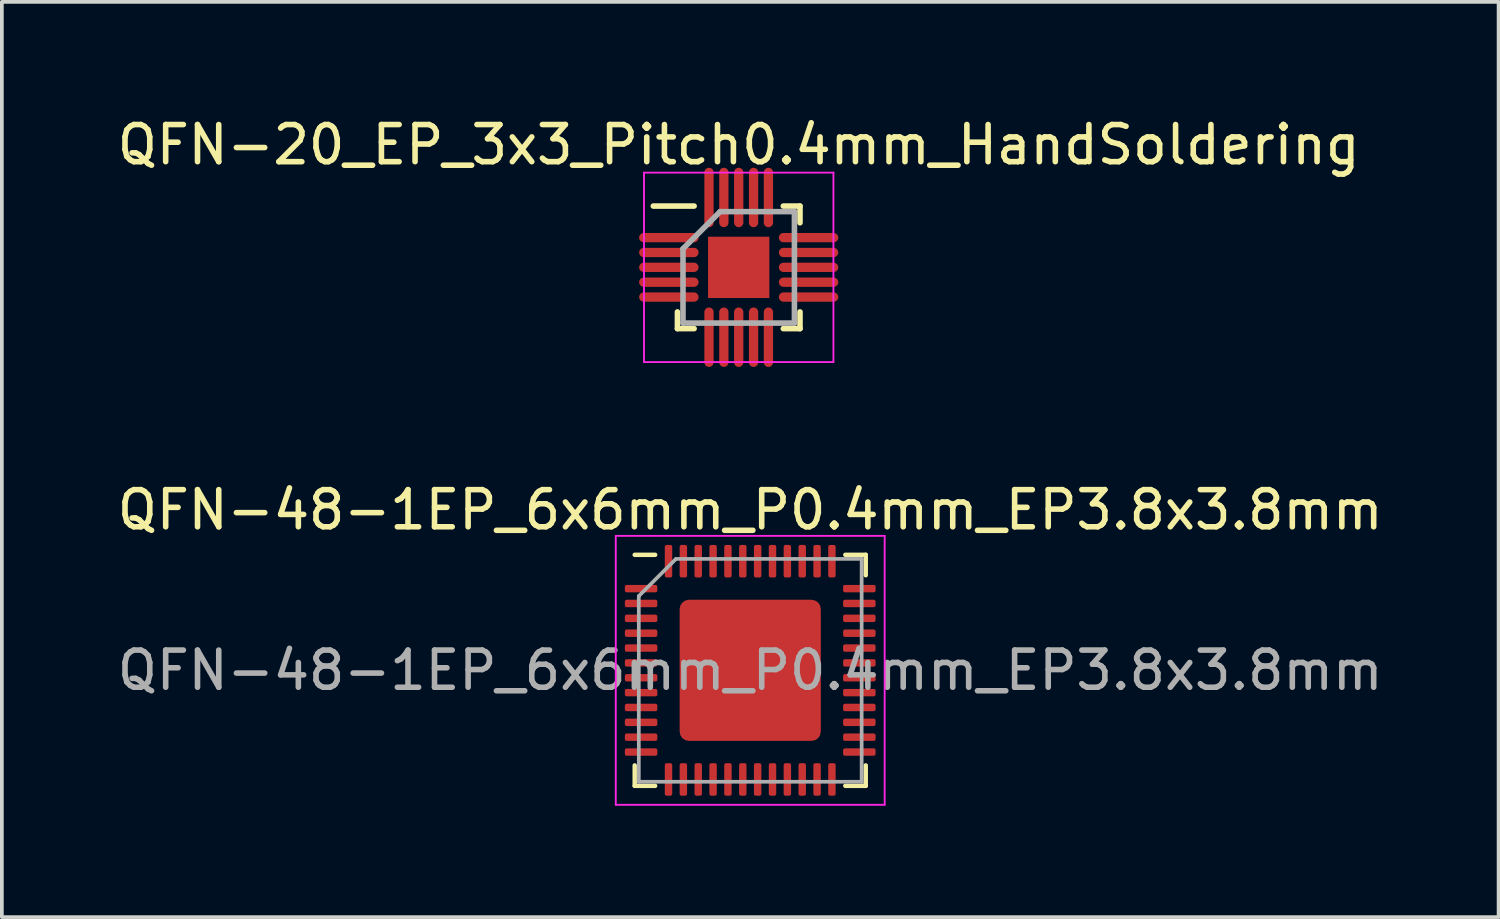
<source format=kicad_pcb>
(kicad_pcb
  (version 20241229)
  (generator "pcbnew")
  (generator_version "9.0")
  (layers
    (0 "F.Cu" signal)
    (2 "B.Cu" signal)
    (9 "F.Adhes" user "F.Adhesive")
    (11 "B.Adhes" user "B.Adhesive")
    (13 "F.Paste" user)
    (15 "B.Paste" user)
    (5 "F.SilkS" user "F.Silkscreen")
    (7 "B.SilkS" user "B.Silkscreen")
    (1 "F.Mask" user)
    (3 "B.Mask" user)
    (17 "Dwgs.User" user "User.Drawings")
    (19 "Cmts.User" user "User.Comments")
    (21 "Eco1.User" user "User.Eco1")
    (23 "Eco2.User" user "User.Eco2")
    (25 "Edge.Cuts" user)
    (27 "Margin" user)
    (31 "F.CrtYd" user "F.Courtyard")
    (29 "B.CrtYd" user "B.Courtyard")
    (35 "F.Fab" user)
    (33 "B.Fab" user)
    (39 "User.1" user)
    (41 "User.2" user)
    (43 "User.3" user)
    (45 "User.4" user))
  (footprint "QFN-48-1EP_6x6mm_P0.4mm_EP3.8x3.8mm"
    (layer "F.Cu")
    (at 17.149 14.998)
    (property "Reference" "QFN-48-1EP_6x6mm_P0.4mm_EP3.8x3.8mm" (at 0 -4.32 0) (layer "F.SilkS") (effects (font (size 1 1) (thickness 0.15))))
    (attr smd)
    (fp_line (start -3.11 3.11) (end -3.11 2.56) (stroke (width 0.12) (type solid)) (layer "F.SilkS"))
    (fp_line (start -2.56 -3.11) (end -3.11 -3.11) (stroke (width 0.12) (type solid)) (layer "F.SilkS"))
    (fp_line (start -2.56 3.11) (end -3.11 3.11) (stroke (width 0.12) (type solid)) (layer "F.SilkS"))
    (fp_line (start 2.56 -3.11) (end 3.11 -3.11) (stroke (width 0.12) (type solid)) (layer "F.SilkS"))
    (fp_line (start 2.56 3.11) (end 3.11 3.11) (stroke (width 0.12) (type solid)) (layer "F.SilkS"))
    (fp_line (start 3.11 -3.11) (end 3.11 -2.56) (stroke (width 0.12) (type solid)) (layer "F.SilkS"))
    (fp_line (start 3.11 3.11) (end 3.11 2.56) (stroke (width 0.12) (type solid)) (layer "F.SilkS"))
    (fp_line (start -3.62 -3.62) (end -3.62 3.62) (stroke (width 0.05) (type solid)) (layer "F.CrtYd"))
    (fp_line (start -3.62 3.62) (end 3.62 3.62) (stroke (width 0.05) (type solid)) (layer "F.CrtYd"))
    (fp_line (start 3.62 -3.62) (end -3.62 -3.62) (stroke (width 0.05) (type solid)) (layer "F.CrtYd"))
    (fp_line (start 3.62 3.62) (end 3.62 -3.62) (stroke (width 0.05) (type solid)) (layer "F.CrtYd"))
    (fp_line (start -3 -2) (end -2 -3) (stroke (width 0.1) (type solid)) (layer "F.Fab"))
    (fp_line (start -3 3) (end -3 -2) (stroke (width 0.1) (type solid)) (layer "F.Fab"))
    (fp_line (start -2 -3) (end 3 -3) (stroke (width 0.1) (type solid)) (layer "F.Fab"))
    (fp_line (start 3 -3) (end 3 3) (stroke (width 0.1) (type solid)) (layer "F.Fab"))
    (fp_line (start 3 3) (end -3 3) (stroke (width 0.1) (type solid)) (layer "F.Fab"))
    (fp_text user "${REFERENCE}" (at 0 0 0) (layer "F.Fab") (effects (font (size 1 1) (thickness 0.15))))
    (pad "" smd roundrect (at 0 0) (size 3.06 3.06) (layers "F.Paste") (roundrect_rratio 0.082))
    (pad "1" smd roundrect (at -2.938 -2.2) (size 0.875 0.2) (layers "F.Cu" "F.Mask" "F.Paste") (roundrect_rratio 0.25))
    (pad "2" smd roundrect (at -2.938 -1.8) (size 0.875 0.2) (layers "F.Cu" "F.Mask" "F.Paste") (roundrect_rratio 0.25))
    (pad "3" smd roundrect (at -2.938 -1.4) (size 0.875 0.2) (layers "F.Cu" "F.Mask" "F.Paste") (roundrect_rratio 0.25))
    (pad "4" smd roundrect (at -2.938 -1) (size 0.875 0.2) (layers "F.Cu" "F.Mask" "F.Paste") (roundrect_rratio 0.25))
    (pad "5" smd roundrect (at -2.938 -0.6) (size 0.875 0.2) (layers "F.Cu" "F.Mask" "F.Paste") (roundrect_rratio 0.25))
    (pad "6" smd roundrect (at -2.938 -0.2) (size 0.875 0.2) (layers "F.Cu" "F.Mask" "F.Paste") (roundrect_rratio 0.25))
    (pad "7" smd roundrect (at -2.938 0.2) (size 0.875 0.2) (layers "F.Cu" "F.Mask" "F.Paste") (roundrect_rratio 0.25))
    (pad "8" smd roundrect (at -2.938 0.6) (size 0.875 0.2) (layers "F.Cu" "F.Mask" "F.Paste") (roundrect_rratio 0.25))
    (pad "9" smd roundrect (at -2.938 1) (size 0.875 0.2) (layers "F.Cu" "F.Mask" "F.Paste") (roundrect_rratio 0.25))
    (pad "10" smd roundrect (at -2.938 1.4) (size 0.875 0.2) (layers "F.Cu" "F.Mask" "F.Paste") (roundrect_rratio 0.25))
    (pad "11" smd roundrect (at -2.938 1.8) (size 0.875 0.2) (layers "F.Cu" "F.Mask" "F.Paste") (roundrect_rratio 0.25))
    (pad "12" smd roundrect (at -2.938 2.2) (size 0.875 0.2) (layers "F.Cu" "F.Mask" "F.Paste") (roundrect_rratio 0.25))
    (pad "13" smd roundrect (at -2.2 2.938) (size 0.2 0.875) (layers "F.Cu" "F.Mask" "F.Paste") (roundrect_rratio 0.25))
    (pad "14" smd roundrect (at -1.8 2.938) (size 0.2 0.875) (layers "F.Cu" "F.Mask" "F.Paste") (roundrect_rratio 0.25))
    (pad "15" smd roundrect (at -1.4 2.938) (size 0.2 0.875) (layers "F.Cu" "F.Mask" "F.Paste") (roundrect_rratio 0.25))
    (pad "16" smd roundrect (at -1 2.938) (size 0.2 0.875) (layers "F.Cu" "F.Mask" "F.Paste") (roundrect_rratio 0.25))
    (pad "17" smd roundrect (at -0.6 2.938) (size 0.2 0.875) (layers "F.Cu" "F.Mask" "F.Paste") (roundrect_rratio 0.25))
    (pad "18" smd roundrect (at -0.2 2.938) (size 0.2 0.875) (layers "F.Cu" "F.Mask" "F.Paste") (roundrect_rratio 0.25))
    (pad "19" smd roundrect (at 0.2 2.938) (size 0.2 0.875) (layers "F.Cu" "F.Mask" "F.Paste") (roundrect_rratio 0.25))
    (pad "20" smd roundrect (at 0.6 2.938) (size 0.2 0.875) (layers "F.Cu" "F.Mask" "F.Paste") (roundrect_rratio 0.25))
    (pad "21" smd roundrect (at 1 2.938) (size 0.2 0.875) (layers "F.Cu" "F.Mask" "F.Paste") (roundrect_rratio 0.25))
    (pad "22" smd roundrect (at 1.4 2.938) (size 0.2 0.875) (layers "F.Cu" "F.Mask" "F.Paste") (roundrect_rratio 0.25))
    (pad "23" smd roundrect (at 1.8 2.938) (size 0.2 0.875) (layers "F.Cu" "F.Mask" "F.Paste") (roundrect_rratio 0.25))
    (pad "24" smd roundrect (at 2.2 2.938) (size 0.2 0.875) (layers "F.Cu" "F.Mask" "F.Paste") (roundrect_rratio 0.25))
    (pad "25" smd roundrect (at 2.938 2.2) (size 0.875 0.2) (layers "F.Cu" "F.Mask" "F.Paste") (roundrect_rratio 0.25))
    (pad "26" smd roundrect (at 2.938 1.8) (size 0.875 0.2) (layers "F.Cu" "F.Mask" "F.Paste") (roundrect_rratio 0.25))
    (pad "27" smd roundrect (at 2.938 1.4) (size 0.875 0.2) (layers "F.Cu" "F.Mask" "F.Paste") (roundrect_rratio 0.25))
    (pad "28" smd roundrect (at 2.938 1) (size 0.875 0.2) (layers "F.Cu" "F.Mask" "F.Paste") (roundrect_rratio 0.25))
    (pad "29" smd roundrect (at 2.938 0.6) (size 0.875 0.2) (layers "F.Cu" "F.Mask" "F.Paste") (roundrect_rratio 0.25))
    (pad "30" smd roundrect (at 2.938 0.2) (size 0.875 0.2) (layers "F.Cu" "F.Mask" "F.Paste") (roundrect_rratio 0.25))
    (pad "31" smd roundrect (at 2.938 -0.2) (size 0.875 0.2) (layers "F.Cu" "F.Mask" "F.Paste") (roundrect_rratio 0.25))
    (pad "32" smd roundrect (at 2.938 -0.6) (size 0.875 0.2) (layers "F.Cu" "F.Mask" "F.Paste") (roundrect_rratio 0.25))
    (pad "33" smd roundrect (at 2.938 -1) (size 0.875 0.2) (layers "F.Cu" "F.Mask" "F.Paste") (roundrect_rratio 0.25))
    (pad "34" smd roundrect (at 2.938 -1.4) (size 0.875 0.2) (layers "F.Cu" "F.Mask" "F.Paste") (roundrect_rratio 0.25))
    (pad "35" smd roundrect (at 2.938 -1.8) (size 0.875 0.2) (layers "F.Cu" "F.Mask" "F.Paste") (roundrect_rratio 0.25))
    (pad "36" smd roundrect (at 2.938 -2.2) (size 0.875 0.2) (layers "F.Cu" "F.Mask" "F.Paste") (roundrect_rratio 0.25))
    (pad "37" smd roundrect (at 2.2 -2.938) (size 0.2 0.875) (layers "F.Cu" "F.Mask" "F.Paste") (roundrect_rratio 0.25))
    (pad "38" smd roundrect (at 1.8 -2.938) (size 0.2 0.875) (layers "F.Cu" "F.Mask" "F.Paste") (roundrect_rratio 0.25))
    (pad "39" smd roundrect (at 1.4 -2.938) (size 0.2 0.875) (layers "F.Cu" "F.Mask" "F.Paste") (roundrect_rratio 0.25))
    (pad "40" smd roundrect (at 1 -2.938) (size 0.2 0.875) (layers "F.Cu" "F.Mask" "F.Paste") (roundrect_rratio 0.25))
    (pad "41" smd roundrect (at 0.6 -2.938) (size 0.2 0.875) (layers "F.Cu" "F.Mask" "F.Paste") (roundrect_rratio 0.25))
    (pad "42" smd roundrect (at 0.2 -2.938) (size 0.2 0.875) (layers "F.Cu" "F.Mask" "F.Paste") (roundrect_rratio 0.25))
    (pad "43" smd roundrect (at -0.2 -2.938) (size 0.2 0.875) (layers "F.Cu" "F.Mask" "F.Paste") (roundrect_rratio 0.25))
    (pad "44" smd roundrect (at -0.6 -2.938) (size 0.2 0.875) (layers "F.Cu" "F.Mask" "F.Paste") (roundrect_rratio 0.25))
    (pad "45" smd roundrect (at -1 -2.938) (size 0.2 0.875) (layers "F.Cu" "F.Mask" "F.Paste") (roundrect_rratio 0.25))
    (pad "46" smd roundrect (at -1.4 -2.938) (size 0.2 0.875) (layers "F.Cu" "F.Mask" "F.Paste") (roundrect_rratio 0.25))
    (pad "47" smd roundrect (at -1.8 -2.938) (size 0.2 0.875) (layers "F.Cu" "F.Mask" "F.Paste") (roundrect_rratio 0.25))
    (pad "48" smd roundrect (at -2.2 -2.938) (size 0.2 0.875) (layers "F.Cu" "F.Mask" "F.Paste") (roundrect_rratio 0.25))
    (pad "49" smd roundrect (at 0 0) (size 3.8 3.8) (layers "F.Cu" "F.Mask") (roundrect_rratio 0.066)))
  (footprint "QFN-20_EP_3x3_Pitch0.4mm_HandSoldering"
    (layer "F.Cu")
    (at 16.839 4.148)
    (property "Reference" "QFN-20_EP_3x3_Pitch0.4mm_HandSoldering" (at 0 -3.3 0) (layer "F.SilkS") (effects (font (size 1 1) (thickness 0.15))))
    (attr smd)
    (fp_line (start -1.65 1.65) (end -1.65 1.2) (stroke (width 0.15) (type solid)) (layer "F.SilkS"))
    (fp_line (start -1.2 -1.65) (end -2.3 -1.65) (stroke (width 0.15) (type solid)) (layer "F.SilkS"))
    (fp_line (start -1.2 1.65) (end -1.65 1.65) (stroke (width 0.15) (type solid)) (layer "F.SilkS"))
    (fp_line (start 1.2 -1.65) (end 1.65 -1.65) (stroke (width 0.15) (type solid)) (layer "F.SilkS"))
    (fp_line (start 1.2 1.65) (end 1.65 1.65) (stroke (width 0.15) (type solid)) (layer "F.SilkS"))
    (fp_line (start 1.65 -1.65) (end 1.65 -1.2) (stroke (width 0.15) (type solid)) (layer "F.SilkS"))
    (fp_line (start 1.65 1.65) (end 1.65 1.2) (stroke (width 0.15) (type solid)) (layer "F.SilkS"))
    (fp_line (start -2.55 -2.55) (end 2.55 -2.55) (stroke (width 0.05) (type solid)) (layer "F.CrtYd"))
    (fp_line (start -2.55 2.55) (end -2.55 -2.55) (stroke (width 0.05) (type solid)) (layer "F.CrtYd"))
    (fp_line (start 2.55 -2.55) (end 2.55 2.55) (stroke (width 0.05) (type solid)) (layer "F.CrtYd"))
    (fp_line (start 2.55 2.55) (end -2.55 2.55) (stroke (width 0.05) (type solid)) (layer "F.CrtYd"))
    (fp_line (start -1.5 -0.5) (end -1.5 1.5) (stroke (width 0.15) (type solid)) (layer "F.Fab"))
    (fp_line (start -1.5 1.5) (end 1.5 1.5) (stroke (width 0.15) (type solid)) (layer "F.Fab"))
    (fp_line (start -0.5 -1.5) (end -1.5 -0.5) (stroke (width 0.15) (type solid)) (layer "F.Fab"))
    (fp_line (start 1.5 -1.5) (end -0.5 -1.5) (stroke (width 0.15) (type solid)) (layer "F.Fab"))
    (fp_line (start 1.5 1.5) (end 1.5 -1.5) (stroke (width 0.15) (type solid)) (layer "F.Fab"))
    (pad "1" smd oval (at -1.881 -0.8 90) (size 0.25 1.6) (layers "F.Cu" "F.Mask" "F.Paste"))
    (pad "2" smd oval (at -1.881 -0.4 90) (size 0.25 1.6) (layers "F.Cu" "F.Mask" "F.Paste"))
    (pad "3" smd oval (at -1.881 0 90) (size 0.25 1.6) (layers "F.Cu" "F.Mask" "F.Paste"))
    (pad "4" smd oval (at -1.881 0.4 90) (size 0.25 1.6) (layers "F.Cu" "F.Mask" "F.Paste"))
    (pad "5" smd oval (at -1.881 0.8 90) (size 0.25 1.6) (layers "F.Cu" "F.Mask" "F.Paste"))
    (pad "6" smd oval (at -0.8 1.881) (size 0.25 1.6) (layers "F.Cu" "F.Mask" "F.Paste"))
    (pad "7" smd oval (at -0.4 1.881) (size 0.25 1.6) (layers "F.Cu" "F.Mask" "F.Paste"))
    (pad "8" smd oval (at 0 1.881) (size 0.25 1.6) (layers "F.Cu" "F.Mask" "F.Paste"))
    (pad "9" smd oval (at 0.4 1.881) (size 0.25 1.6) (layers "F.Cu" "F.Mask" "F.Paste"))
    (pad "10" smd oval (at 0.8 1.881) (size 0.25 1.6) (layers "F.Cu" "F.Mask" "F.Paste"))
    (pad "11" smd oval (at 1.881 0.8 90) (size 0.25 1.6) (layers "F.Cu" "F.Mask" "F.Paste"))
    (pad "12" smd oval (at 1.881 0.4 90) (size 0.25 1.6) (layers "F.Cu" "F.Mask" "F.Paste"))
    (pad "13" smd oval (at 1.881 0 90) (size 0.25 1.6) (layers "F.Cu" "F.Mask" "F.Paste"))
    (pad "14" smd oval (at 1.881 -0.4 90) (size 0.25 1.6) (layers "F.Cu" "F.Mask" "F.Paste"))
    (pad "15" smd oval (at 1.881 -0.8 90) (size 0.25 1.6) (layers "F.Cu" "F.Mask" "F.Paste"))
    (pad "16" smd oval (at 0.8 -1.881) (size 0.25 1.6) (layers "F.Cu" "F.Mask" "F.Paste"))
    (pad "17" smd oval (at 0.4 -1.881) (size 0.25 1.6) (layers "F.Cu" "F.Mask" "F.Paste"))
    (pad "18" smd oval (at 0 -1.881) (size 0.25 1.6) (layers "F.Cu" "F.Mask" "F.Paste"))
    (pad "19" smd oval (at -0.4 -1.881) (size 0.25 1.6) (layers "F.Cu" "F.Mask" "F.Paste"))
    (pad "20" smd oval (at -0.8 -1.881) (size 0.25 1.6) (layers "F.Cu" "F.Mask" "F.Paste"))
    (pad "21" smd rect (at 0 0) (size 1.65 1.65) (layers "F.Cu" "F.Mask" "F.Paste")))
  (gr_rect
    (start -3 -3)
    (end 37.298 21.642)
    (stroke (width 0.1) (type default))
    (fill no)
    (layer "Edge.Cuts")))
</source>
